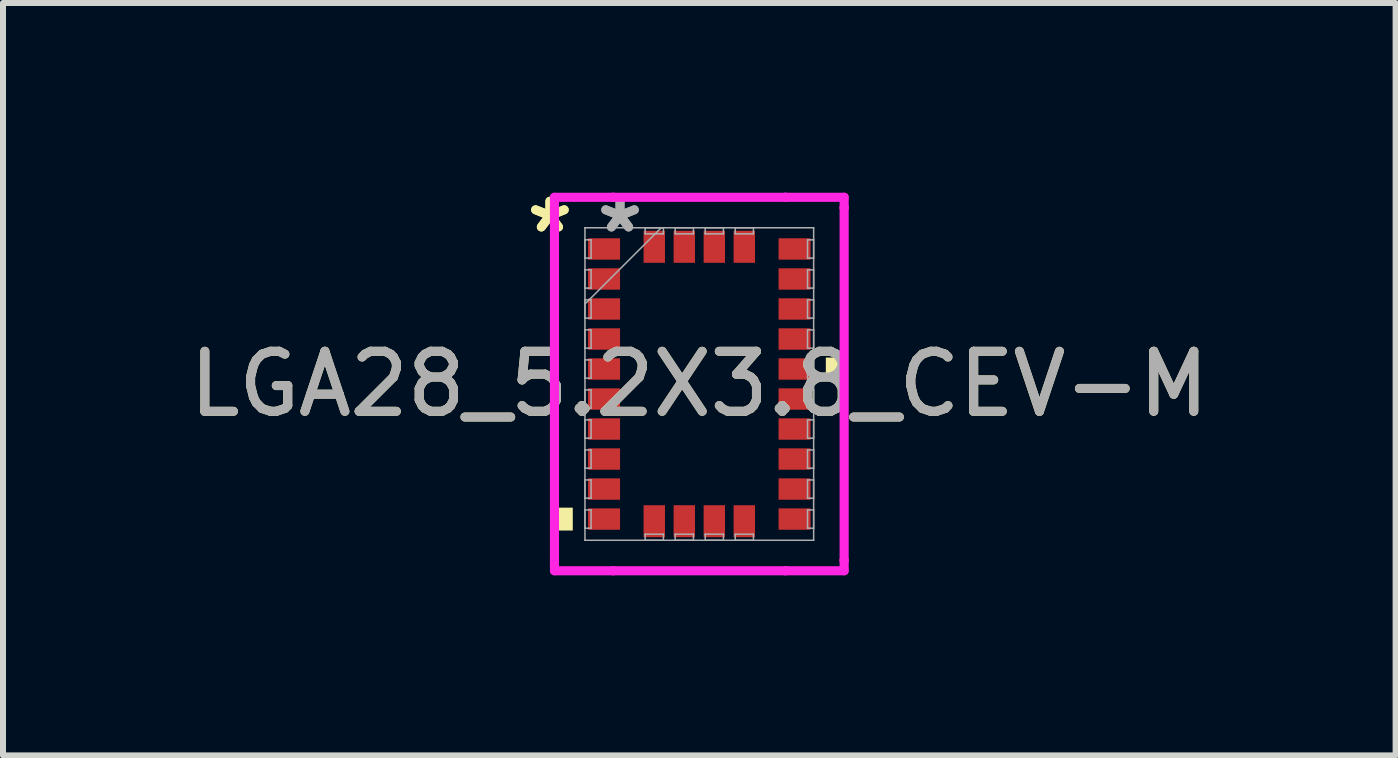
<source format=kicad_pcb>
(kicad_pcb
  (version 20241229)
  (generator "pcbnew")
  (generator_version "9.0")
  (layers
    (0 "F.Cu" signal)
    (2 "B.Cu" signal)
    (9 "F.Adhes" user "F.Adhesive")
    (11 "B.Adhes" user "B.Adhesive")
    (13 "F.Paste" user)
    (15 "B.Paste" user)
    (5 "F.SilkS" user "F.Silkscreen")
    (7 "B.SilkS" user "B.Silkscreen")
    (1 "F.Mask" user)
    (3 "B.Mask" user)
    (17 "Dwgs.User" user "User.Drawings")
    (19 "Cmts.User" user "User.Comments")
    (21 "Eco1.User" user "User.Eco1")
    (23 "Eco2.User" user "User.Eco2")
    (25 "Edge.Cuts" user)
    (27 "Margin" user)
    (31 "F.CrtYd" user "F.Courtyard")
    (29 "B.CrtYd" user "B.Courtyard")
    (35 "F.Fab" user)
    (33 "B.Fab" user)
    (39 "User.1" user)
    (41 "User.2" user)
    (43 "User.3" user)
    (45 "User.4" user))
  (footprint "LGA28_5.2X3.8_CEV-M"
    (layer "F.Cu")
    (at 8.601 3.348)
    (property "Reference" "LGA28_5.2X3.8_CEV-M" (at 0 0 0) (unlocked yes) (layer "F.SilkS") (effects (font (size 1 1) (thickness 0.15))))
    (attr smd)
    (fp_poly (pts (xy -2.362 2.06) (xy -2.362 2.441) (xy -2.108 2.441) (xy -2.108 2.06)) (stroke (width 0) (type solid)) (fill yes) (layer "F.SilkS"))
    (fp_poly (pts (xy 2.362 -0.441) (xy 2.362 -0.059) (xy 2.108 -0.059) (xy 2.108 -0.441)) (stroke (width 0) (type solid)) (fill yes) (layer "F.SilkS"))
    (fp_line (start -2.413 -3.111) (end -1.436 -3.111) (stroke (width 0.152) (type solid)) (layer "F.CrtYd"))
    (fp_line (start -2.413 -2.936) (end -2.413 -3.111) (stroke (width 0.152) (type solid)) (layer "F.CrtYd"))
    (fp_line (start -2.413 -2.936) (end -2.413 -2.936) (stroke (width 0.152) (type solid)) (layer "F.CrtYd"))
    (fp_line (start -2.413 2.936) (end -2.413 -2.936) (stroke (width 0.152) (type solid)) (layer "F.CrtYd"))
    (fp_line (start -2.413 2.936) (end -2.413 2.936) (stroke (width 0.152) (type solid)) (layer "F.CrtYd"))
    (fp_line (start -2.413 3.111) (end -2.413 2.936) (stroke (width 0.152) (type solid)) (layer "F.CrtYd"))
    (fp_line (start -1.436 -3.111) (end -1.436 -3.111) (stroke (width 0.152) (type solid)) (layer "F.CrtYd"))
    (fp_line (start -1.436 -3.111) (end 1.436 -3.111) (stroke (width 0.152) (type solid)) (layer "F.CrtYd"))
    (fp_line (start -1.436 3.111) (end -2.413 3.111) (stroke (width 0.152) (type solid)) (layer "F.CrtYd"))
    (fp_line (start -1.436 3.111) (end -1.436 3.111) (stroke (width 0.152) (type solid)) (layer "F.CrtYd"))
    (fp_line (start 1.436 -3.111) (end 1.436 -3.111) (stroke (width 0.152) (type solid)) (layer "F.CrtYd"))
    (fp_line (start 1.436 -3.111) (end 2.413 -3.111) (stroke (width 0.152) (type solid)) (layer "F.CrtYd"))
    (fp_line (start 1.436 3.111) (end -1.436 3.111) (stroke (width 0.152) (type solid)) (layer "F.CrtYd"))
    (fp_line (start 1.436 3.111) (end 1.436 3.111) (stroke (width 0.152) (type solid)) (layer "F.CrtYd"))
    (fp_line (start 2.413 -3.111) (end 2.413 -2.936) (stroke (width 0.152) (type solid)) (layer "F.CrtYd"))
    (fp_line (start 2.413 -2.936) (end 2.413 -2.936) (stroke (width 0.152) (type solid)) (layer "F.CrtYd"))
    (fp_line (start 2.413 -2.936) (end 2.413 2.936) (stroke (width 0.152) (type solid)) (layer "F.CrtYd"))
    (fp_line (start 2.413 2.936) (end 2.413 2.936) (stroke (width 0.152) (type solid)) (layer "F.CrtYd"))
    (fp_line (start 2.413 2.936) (end 2.413 3.111) (stroke (width 0.152) (type solid)) (layer "F.CrtYd"))
    (fp_line (start 2.413 3.111) (end 1.436 3.111) (stroke (width 0.152) (type solid)) (layer "F.CrtYd"))
    (fp_line (start -1.905 -2.603) (end -1.905 -2.603) (stroke (width 0.025) (type solid)) (layer "F.Fab"))
    (fp_line (start -1.905 -2.603) (end -1.905 2.603) (stroke (width 0.025) (type solid)) (layer "F.Fab"))
    (fp_line (start -1.905 -2.402) (end -1.803 -2.402) (stroke (width 0.025) (type solid)) (layer "F.Fab"))
    (fp_line (start -1.905 -2.098) (end -1.905 -2.402) (stroke (width 0.025) (type solid)) (layer "F.Fab"))
    (fp_line (start -1.905 -1.902) (end -1.803 -1.902) (stroke (width 0.025) (type solid)) (layer "F.Fab"))
    (fp_line (start -1.905 -1.598) (end -1.905 -1.902) (stroke (width 0.025) (type solid)) (layer "F.Fab"))
    (fp_line (start -1.905 -1.402) (end -1.803 -1.402) (stroke (width 0.025) (type solid)) (layer "F.Fab"))
    (fp_line (start -1.905 -1.333) (end -0.635 -2.603) (stroke (width 0.025) (type solid)) (layer "F.Fab"))
    (fp_line (start -1.905 -1.098) (end -1.905 -1.402) (stroke (width 0.025) (type solid)) (layer "F.Fab"))
    (fp_line (start -1.905 -0.902) (end -1.803 -0.902) (stroke (width 0.025) (type solid)) (layer "F.Fab"))
    (fp_line (start -1.905 -0.598) (end -1.905 -0.902) (stroke (width 0.025) (type solid)) (layer "F.Fab"))
    (fp_line (start -1.905 -0.402) (end -1.803 -0.402) (stroke (width 0.025) (type solid)) (layer "F.Fab"))
    (fp_line (start -1.905 -0.098) (end -1.905 -0.402) (stroke (width 0.025) (type solid)) (layer "F.Fab"))
    (fp_line (start -1.905 0.098) (end -1.803 0.098) (stroke (width 0.025) (type solid)) (layer "F.Fab"))
    (fp_line (start -1.905 0.402) (end -1.905 0.098) (stroke (width 0.025) (type solid)) (layer "F.Fab"))
    (fp_line (start -1.905 0.598) (end -1.803 0.598) (stroke (width 0.025) (type solid)) (layer "F.Fab"))
    (fp_line (start -1.905 0.902) (end -1.905 0.598) (stroke (width 0.025) (type solid)) (layer "F.Fab"))
    (fp_line (start -1.905 1.098) (end -1.803 1.098) (stroke (width 0.025) (type solid)) (layer "F.Fab"))
    (fp_line (start -1.905 1.402) (end -1.905 1.098) (stroke (width 0.025) (type solid)) (layer "F.Fab"))
    (fp_line (start -1.905 1.598) (end -1.803 1.598) (stroke (width 0.025) (type solid)) (layer "F.Fab"))
    (fp_line (start -1.905 1.902) (end -1.905 1.598) (stroke (width 0.025) (type solid)) (layer "F.Fab"))
    (fp_line (start -1.905 2.098) (end -1.803 2.098) (stroke (width 0.025) (type solid)) (layer "F.Fab"))
    (fp_line (start -1.905 2.402) (end -1.905 2.098) (stroke (width 0.025) (type solid)) (layer "F.Fab"))
    (fp_line (start -1.905 2.603) (end -1.905 2.603) (stroke (width 0.025) (type solid)) (layer "F.Fab"))
    (fp_line (start -1.905 2.603) (end 1.905 2.603) (stroke (width 0.025) (type solid)) (layer "F.Fab"))
    (fp_line (start -1.803 -2.402) (end -1.803 -2.098) (stroke (width 0.025) (type solid)) (layer "F.Fab"))
    (fp_line (start -1.803 -2.098) (end -1.905 -2.098) (stroke (width 0.025) (type solid)) (layer "F.Fab"))
    (fp_line (start -1.803 -1.902) (end -1.803 -1.598) (stroke (width 0.025) (type solid)) (layer "F.Fab"))
    (fp_line (start -1.803 -1.598) (end -1.905 -1.598) (stroke (width 0.025) (type solid)) (layer "F.Fab"))
    (fp_line (start -1.803 -1.402) (end -1.803 -1.098) (stroke (width 0.025) (type solid)) (layer "F.Fab"))
    (fp_line (start -1.803 -1.098) (end -1.905 -1.098) (stroke (width 0.025) (type solid)) (layer "F.Fab"))
    (fp_line (start -1.803 -0.902) (end -1.803 -0.598) (stroke (width 0.025) (type solid)) (layer "F.Fab"))
    (fp_line (start -1.803 -0.598) (end -1.905 -0.598) (stroke (width 0.025) (type solid)) (layer "F.Fab"))
    (fp_line (start -1.803 -0.402) (end -1.803 -0.098) (stroke (width 0.025) (type solid)) (layer "F.Fab"))
    (fp_line (start -1.803 -0.098) (end -1.905 -0.098) (stroke (width 0.025) (type solid)) (layer "F.Fab"))
    (fp_line (start -1.803 0.098) (end -1.803 0.402) (stroke (width 0.025) (type solid)) (layer "F.Fab"))
    (fp_line (start -1.803 0.402) (end -1.905 0.402) (stroke (width 0.025) (type solid)) (layer "F.Fab"))
    (fp_line (start -1.803 0.598) (end -1.803 0.902) (stroke (width 0.025) (type solid)) (layer "F.Fab"))
    (fp_line (start -1.803 0.902) (end -1.905 0.902) (stroke (width 0.025) (type solid)) (layer "F.Fab"))
    (fp_line (start -1.803 1.098) (end -1.803 1.402) (stroke (width 0.025) (type solid)) (layer "F.Fab"))
    (fp_line (start -1.803 1.402) (end -1.905 1.402) (stroke (width 0.025) (type solid)) (layer "F.Fab"))
    (fp_line (start -1.803 1.598) (end -1.803 1.902) (stroke (width 0.025) (type solid)) (layer "F.Fab"))
    (fp_line (start -1.803 1.902) (end -1.905 1.902) (stroke (width 0.025) (type solid)) (layer "F.Fab"))
    (fp_line (start -1.803 2.098) (end -1.803 2.402) (stroke (width 0.025) (type solid)) (layer "F.Fab"))
    (fp_line (start -1.803 2.402) (end -1.905 2.402) (stroke (width 0.025) (type solid)) (layer "F.Fab"))
    (fp_line (start -0.902 -2.603) (end -0.598 -2.603) (stroke (width 0.025) (type solid)) (layer "F.Fab"))
    (fp_line (start -0.902 -2.502) (end -0.902 -2.603) (stroke (width 0.025) (type solid)) (layer "F.Fab"))
    (fp_line (start -0.902 2.502) (end -0.598 2.502) (stroke (width 0.025) (type solid)) (layer "F.Fab"))
    (fp_line (start -0.902 2.603) (end -0.902 2.502) (stroke (width 0.025) (type solid)) (layer "F.Fab"))
    (fp_line (start -0.598 -2.603) (end -0.598 -2.502) (stroke (width 0.025) (type solid)) (layer "F.Fab"))
    (fp_line (start -0.598 -2.502) (end -0.902 -2.502) (stroke (width 0.025) (type solid)) (layer "F.Fab"))
    (fp_line (start -0.598 2.502) (end -0.598 2.603) (stroke (width 0.025) (type solid)) (layer "F.Fab"))
    (fp_line (start -0.598 2.603) (end -0.902 2.603) (stroke (width 0.025) (type solid)) (layer "F.Fab"))
    (fp_line (start -0.402 -2.603) (end -0.098 -2.603) (stroke (width 0.025) (type solid)) (layer "F.Fab"))
    (fp_line (start -0.402 -2.502) (end -0.402 -2.603) (stroke (width 0.025) (type solid)) (layer "F.Fab"))
    (fp_line (start -0.402 2.502) (end -0.098 2.502) (stroke (width 0.025) (type solid)) (layer "F.Fab"))
    (fp_line (start -0.402 2.603) (end -0.402 2.502) (stroke (width 0.025) (type solid)) (layer "F.Fab"))
    (fp_line (start -0.098 -2.603) (end -0.098 -2.502) (stroke (width 0.025) (type solid)) (layer "F.Fab"))
    (fp_line (start -0.098 -2.502) (end -0.402 -2.502) (stroke (width 0.025) (type solid)) (layer "F.Fab"))
    (fp_line (start -0.098 2.502) (end -0.098 2.603) (stroke (width 0.025) (type solid)) (layer "F.Fab"))
    (fp_line (start -0.098 2.603) (end -0.402 2.603) (stroke (width 0.025) (type solid)) (layer "F.Fab"))
    (fp_line (start 0.098 -2.603) (end 0.402 -2.603) (stroke (width 0.025) (type solid)) (layer "F.Fab"))
    (fp_line (start 0.098 -2.502) (end 0.098 -2.603) (stroke (width 0.025) (type solid)) (layer "F.Fab"))
    (fp_line (start 0.098 2.502) (end 0.402 2.502) (stroke (width 0.025) (type solid)) (layer "F.Fab"))
    (fp_line (start 0.098 2.603) (end 0.098 2.502) (stroke (width 0.025) (type solid)) (layer "F.Fab"))
    (fp_line (start 0.402 -2.603) (end 0.402 -2.502) (stroke (width 0.025) (type solid)) (layer "F.Fab"))
    (fp_line (start 0.402 -2.502) (end 0.098 -2.502) (stroke (width 0.025) (type solid)) (layer "F.Fab"))
    (fp_line (start 0.402 2.502) (end 0.402 2.603) (stroke (width 0.025) (type solid)) (layer "F.Fab"))
    (fp_line (start 0.402 2.603) (end 0.098 2.603) (stroke (width 0.025) (type solid)) (layer "F.Fab"))
    (fp_line (start 0.598 -2.603) (end 0.902 -2.603) (stroke (width 0.025) (type solid)) (layer "F.Fab"))
    (fp_line (start 0.598 -2.502) (end 0.598 -2.603) (stroke (width 0.025) (type solid)) (layer "F.Fab"))
    (fp_line (start 0.598 2.502) (end 0.902 2.502) (stroke (width 0.025) (type solid)) (layer "F.Fab"))
    (fp_line (start 0.598 2.603) (end 0.598 2.502) (stroke (width 0.025) (type solid)) (layer "F.Fab"))
    (fp_line (start 0.902 -2.603) (end 0.902 -2.502) (stroke (width 0.025) (type solid)) (layer "F.Fab"))
    (fp_line (start 0.902 -2.502) (end 0.598 -2.502) (stroke (width 0.025) (type solid)) (layer "F.Fab"))
    (fp_line (start 0.902 2.502) (end 0.902 2.603) (stroke (width 0.025) (type solid)) (layer "F.Fab"))
    (fp_line (start 0.902 2.603) (end 0.598 2.603) (stroke (width 0.025) (type solid)) (layer "F.Fab"))
    (fp_line (start 1.803 -2.402) (end 1.905 -2.402) (stroke (width 0.025) (type solid)) (layer "F.Fab"))
    (fp_line (start 1.803 -2.098) (end 1.803 -2.402) (stroke (width 0.025) (type solid)) (layer "F.Fab"))
    (fp_line (start 1.803 -1.902) (end 1.905 -1.902) (stroke (width 0.025) (type solid)) (layer "F.Fab"))
    (fp_line (start 1.803 -1.598) (end 1.803 -1.902) (stroke (width 0.025) (type solid)) (layer "F.Fab"))
    (fp_line (start 1.803 -1.402) (end 1.905 -1.402) (stroke (width 0.025) (type solid)) (layer "F.Fab"))
    (fp_line (start 1.803 -1.098) (end 1.803 -1.402) (stroke (width 0.025) (type solid)) (layer "F.Fab"))
    (fp_line (start 1.803 -0.902) (end 1.905 -0.902) (stroke (width 0.025) (type solid)) (layer "F.Fab"))
    (fp_line (start 1.803 -0.598) (end 1.803 -0.902) (stroke (width 0.025) (type solid)) (layer "F.Fab"))
    (fp_line (start 1.803 -0.402) (end 1.905 -0.402) (stroke (width 0.025) (type solid)) (layer "F.Fab"))
    (fp_line (start 1.803 -0.098) (end 1.803 -0.402) (stroke (width 0.025) (type solid)) (layer "F.Fab"))
    (fp_line (start 1.803 0.098) (end 1.905 0.098) (stroke (width 0.025) (type solid)) (layer "F.Fab"))
    (fp_line (start 1.803 0.402) (end 1.803 0.098) (stroke (width 0.025) (type solid)) (layer "F.Fab"))
    (fp_line (start 1.803 0.598) (end 1.905 0.598) (stroke (width 0.025) (type solid)) (layer "F.Fab"))
    (fp_line (start 1.803 0.902) (end 1.803 0.598) (stroke (width 0.025) (type solid)) (layer "F.Fab"))
    (fp_line (start 1.803 1.098) (end 1.905 1.098) (stroke (width 0.025) (type solid)) (layer "F.Fab"))
    (fp_line (start 1.803 1.402) (end 1.803 1.098) (stroke (width 0.025) (type solid)) (layer "F.Fab"))
    (fp_line (start 1.803 1.598) (end 1.905 1.598) (stroke (width 0.025) (type solid)) (layer "F.Fab"))
    (fp_line (start 1.803 1.902) (end 1.803 1.598) (stroke (width 0.025) (type solid)) (layer "F.Fab"))
    (fp_line (start 1.803 2.098) (end 1.905 2.098) (stroke (width 0.025) (type solid)) (layer "F.Fab"))
    (fp_line (start 1.803 2.402) (end 1.803 2.098) (stroke (width 0.025) (type solid)) (layer "F.Fab"))
    (fp_line (start 1.905 -2.603) (end -1.905 -2.603) (stroke (width 0.025) (type solid)) (layer "F.Fab"))
    (fp_line (start 1.905 -2.603) (end 1.905 -2.603) (stroke (width 0.025) (type solid)) (layer "F.Fab"))
    (fp_line (start 1.905 -2.402) (end 1.905 -2.098) (stroke (width 0.025) (type solid)) (layer "F.Fab"))
    (fp_line (start 1.905 -2.098) (end 1.803 -2.098) (stroke (width 0.025) (type solid)) (layer "F.Fab"))
    (fp_line (start 1.905 -1.902) (end 1.905 -1.598) (stroke (width 0.025) (type solid)) (layer "F.Fab"))
    (fp_line (start 1.905 -1.598) (end 1.803 -1.598) (stroke (width 0.025) (type solid)) (layer "F.Fab"))
    (fp_line (start 1.905 -1.402) (end 1.905 -1.098) (stroke (width 0.025) (type solid)) (layer "F.Fab"))
    (fp_line (start 1.905 -1.098) (end 1.803 -1.098) (stroke (width 0.025) (type solid)) (layer "F.Fab"))
    (fp_line (start 1.905 -0.902) (end 1.905 -0.598) (stroke (width 0.025) (type solid)) (layer "F.Fab"))
    (fp_line (start 1.905 -0.598) (end 1.803 -0.598) (stroke (width 0.025) (type solid)) (layer "F.Fab"))
    (fp_line (start 1.905 -0.402) (end 1.905 -0.098) (stroke (width 0.025) (type solid)) (layer "F.Fab"))
    (fp_line (start 1.905 -0.098) (end 1.803 -0.098) (stroke (width 0.025) (type solid)) (layer "F.Fab"))
    (fp_line (start 1.905 0.098) (end 1.905 0.402) (stroke (width 0.025) (type solid)) (layer "F.Fab"))
    (fp_line (start 1.905 0.402) (end 1.803 0.402) (stroke (width 0.025) (type solid)) (layer "F.Fab"))
    (fp_line (start 1.905 0.598) (end 1.905 0.902) (stroke (width 0.025) (type solid)) (layer "F.Fab"))
    (fp_line (start 1.905 0.902) (end 1.803 0.902) (stroke (width 0.025) (type solid)) (layer "F.Fab"))
    (fp_line (start 1.905 1.098) (end 1.905 1.402) (stroke (width 0.025) (type solid)) (layer "F.Fab"))
    (fp_line (start 1.905 1.402) (end 1.803 1.402) (stroke (width 0.025) (type solid)) (layer "F.Fab"))
    (fp_line (start 1.905 1.598) (end 1.905 1.902) (stroke (width 0.025) (type solid)) (layer "F.Fab"))
    (fp_line (start 1.905 1.902) (end 1.803 1.902) (stroke (width 0.025) (type solid)) (layer "F.Fab"))
    (fp_line (start 1.905 2.098) (end 1.905 2.402) (stroke (width 0.025) (type solid)) (layer "F.Fab"))
    (fp_line (start 1.905 2.402) (end 1.803 2.402) (stroke (width 0.025) (type solid)) (layer "F.Fab"))
    (fp_line (start 1.905 2.603) (end 1.905 -2.603) (stroke (width 0.025) (type solid)) (layer "F.Fab"))
    (fp_line (start 1.905 2.603) (end 1.905 2.603) (stroke (width 0.025) (type solid)) (layer "F.Fab"))
    (fp_text user "*" (at -2.489 -2.5 0) (layer "F.SilkS") (effects (font (size 1 1) (thickness 0.15))))
    (fp_text user "*" (at -2.489 -2.5 0) (unlocked yes) (layer "F.SilkS") (effects (font (size 1 1) (thickness 0.15))))
    (fp_text user "*" (at -1.321 -2.5 0) (layer "F.Fab") (effects (font (size 1 1) (thickness 0.15))))
    (fp_text user "${REFERENCE}" (at 0 0 0) (unlocked yes) (layer "F.Fab") (effects (font (size 1 1) (thickness 0.15))))
    (fp_text user "*" (at -1.321 -2.5 0) (unlocked yes) (layer "F.Fab") (effects (font (size 1 1) (thickness 0.15))))
    (pad "1" smd rect (at -1.587 -2.25 90) (size 0.356 0.533) (layers "F.Cu" "F.Mask" "F.Paste"))
    (pad "2" smd rect (at -1.587 -1.75 90) (size 0.356 0.533) (layers "F.Cu" "F.Mask" "F.Paste"))
    (pad "3" smd rect (at -1.587 -1.25 90) (size 0.356 0.533) (layers "F.Cu" "F.Mask" "F.Paste"))
    (pad "4" smd rect (at -1.587 -0.75 90) (size 0.356 0.533) (layers "F.Cu" "F.Mask" "F.Paste"))
    (pad "5" smd rect (at -1.587 -0.25 90) (size 0.356 0.533) (layers "F.Cu" "F.Mask" "F.Paste"))
    (pad "6" smd rect (at -1.587 0.25 90) (size 0.356 0.533) (layers "F.Cu" "F.Mask" "F.Paste"))
    (pad "7" smd rect (at -1.587 0.75 90) (size 0.356 0.533) (layers "F.Cu" "F.Mask" "F.Paste"))
    (pad "8" smd rect (at -1.587 1.25 90) (size 0.356 0.533) (layers "F.Cu" "F.Mask" "F.Paste"))
    (pad "9" smd rect (at -1.587 1.75 90) (size 0.356 0.533) (layers "F.Cu" "F.Mask" "F.Paste"))
    (pad "10" smd rect (at -1.587 2.25 90) (size 0.356 0.533) (layers "F.Cu" "F.Mask" "F.Paste"))
    (pad "11" smd rect (at -0.75 2.286) (size 0.356 0.533) (layers "F.Cu" "F.Mask" "F.Paste"))
    (pad "12" smd rect (at -0.25 2.286) (size 0.356 0.533) (layers "F.Cu" "F.Mask" "F.Paste"))
    (pad "13" smd rect (at 0.25 2.286) (size 0.356 0.533) (layers "F.Cu" "F.Mask" "F.Paste"))
    (pad "14" smd rect (at 0.75 2.286) (size 0.356 0.533) (layers "F.Cu" "F.Mask" "F.Paste"))
    (pad "15" smd rect (at 1.587 2.25 90) (size 0.356 0.533) (layers "F.Cu" "F.Mask" "F.Paste"))
    (pad "16" smd rect (at 1.587 1.75 90) (size 0.356 0.533) (layers "F.Cu" "F.Mask" "F.Paste"))
    (pad "17" smd rect (at 1.587 1.25 90) (size 0.356 0.533) (layers "F.Cu" "F.Mask" "F.Paste"))
    (pad "18" smd rect (at 1.587 0.75 90) (size 0.356 0.533) (layers "F.Cu" "F.Mask" "F.Paste"))
    (pad "19" smd rect (at 1.587 0.25 90) (size 0.356 0.533) (layers "F.Cu" "F.Mask" "F.Paste"))
    (pad "20" smd rect (at 1.587 -0.25 90) (size 0.356 0.533) (layers "F.Cu" "F.Mask" "F.Paste"))
    (pad "21" smd rect (at 1.587 -0.75 90) (size 0.356 0.533) (layers "F.Cu" "F.Mask" "F.Paste"))
    (pad "22" smd rect (at 1.587 -1.25 90) (size 0.356 0.533) (layers "F.Cu" "F.Mask" "F.Paste"))
    (pad "23" smd rect (at 1.587 -1.75 90) (size 0.356 0.533) (layers "F.Cu" "F.Mask" "F.Paste"))
    (pad "24" smd rect (at 1.587 -2.25 90) (size 0.356 0.533) (layers "F.Cu" "F.Mask" "F.Paste"))
    (pad "25" smd rect (at 0.75 -2.286) (size 0.356 0.533) (layers "F.Cu" "F.Mask" "F.Paste"))
    (pad "26" smd rect (at 0.25 -2.286) (size 0.356 0.533) (layers "F.Cu" "F.Mask" "F.Paste"))
    (pad "27" smd rect (at -0.25 -2.286) (size 0.356 0.533) (layers "F.Cu" "F.Mask" "F.Paste"))
    (pad "28" smd rect (at -0.75 -2.286) (size 0.356 0.533) (layers "F.Cu" "F.Mask" "F.Paste")))
  (gr_rect
    (start -3 -3)
    (end 20.202 9.536)
    (stroke (width 0.1) (type default))
    (fill no)
    (layer "Edge.Cuts")))
</source>
